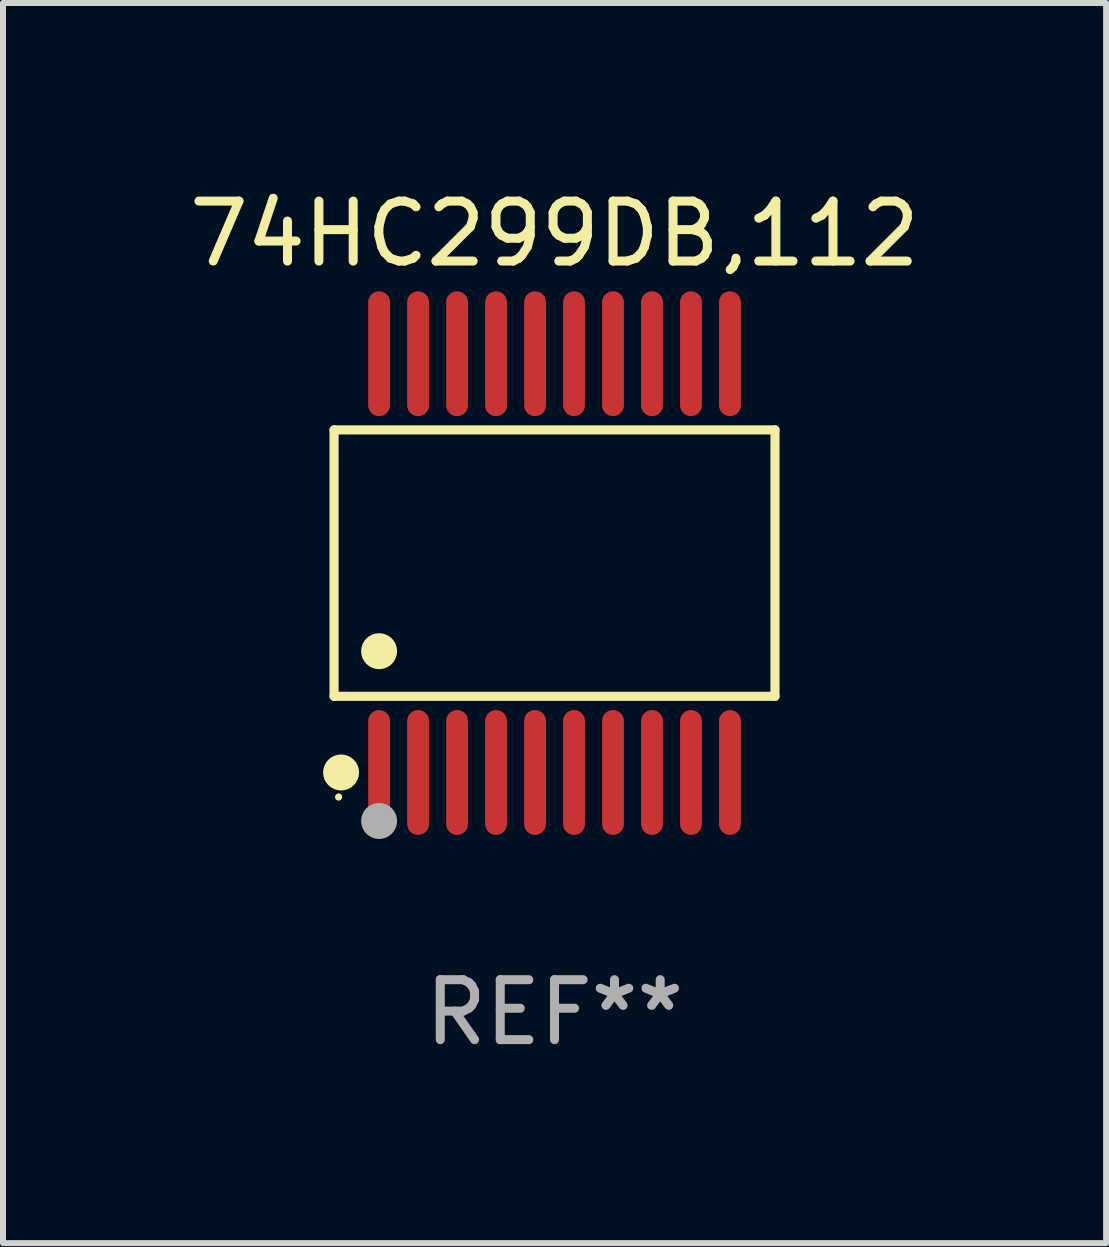
<source format=kicad_pcb>
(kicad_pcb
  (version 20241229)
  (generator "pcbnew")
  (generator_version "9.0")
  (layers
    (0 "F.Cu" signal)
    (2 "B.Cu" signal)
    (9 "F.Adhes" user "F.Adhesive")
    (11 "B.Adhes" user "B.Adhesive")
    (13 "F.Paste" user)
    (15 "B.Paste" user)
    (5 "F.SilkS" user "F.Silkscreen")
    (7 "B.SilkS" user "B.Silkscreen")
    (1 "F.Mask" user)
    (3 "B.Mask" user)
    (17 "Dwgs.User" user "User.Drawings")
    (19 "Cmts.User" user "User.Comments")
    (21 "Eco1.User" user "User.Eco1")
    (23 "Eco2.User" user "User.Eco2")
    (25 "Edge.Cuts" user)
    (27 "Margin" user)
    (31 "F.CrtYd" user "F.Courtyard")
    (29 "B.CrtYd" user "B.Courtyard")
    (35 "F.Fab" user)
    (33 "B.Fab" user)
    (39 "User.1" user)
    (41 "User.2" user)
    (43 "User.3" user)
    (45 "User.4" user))
  (footprint "74HC299DB,112"
    (layer "F.Cu")
    (at 6.196 6.339)
    (property "Reference" "74HC299DB,112" (at 0 -5.491 0) (layer "F.SilkS") (effects (font (size 1 1) (thickness 0.15))))
    (attr through_hole)
    (fp_line (start -3.676 -2.221) (end 3.676 -2.221) (stroke (width 0.152) (type solid)) (layer "F.SilkS"))
    (fp_line (start -3.676 2.221) (end -3.676 -2.221) (stroke (width 0.152) (type solid)) (layer "F.SilkS"))
    (fp_line (start 3.676 -2.221) (end 3.676 2.221) (stroke (width 0.152) (type solid)) (layer "F.SilkS"))
    (fp_line (start 3.676 2.221) (end -3.676 2.221) (stroke (width 0.152) (type solid)) (layer "F.SilkS"))
    (fp_circle (center -3.6 3.9) (end -3.57 3.9) (stroke (width 0.06) (type solid)) (fill no) (layer "F.SilkS"))
    (fp_circle (center -3.559 3.491) (end -3.409 3.491) (stroke (width 0.3) (type solid)) (fill no) (layer "F.SilkS"))
    (fp_circle (center -2.925 1.469) (end -2.775 1.469) (stroke (width 0.3) (type solid)) (fill no) (layer "F.SilkS"))
    (fp_circle (center -2.925 4.3) (end -2.775 4.3) (stroke (width 0.3) (type solid)) (fill no) (layer "F.Fab"))
    (fp_text user "REF**" (at 0 7.491 0) (layer "F.Fab") (effects (font (size 1 1) (thickness 0.15))))
    (pad "1" smd oval (at -2.925 3.491) (size 0.364 2.082) (layers "F.Cu" "F.Mask" "F.Paste"))
    (pad "2" smd oval (at -2.275 3.491) (size 0.364 2.082) (layers "F.Cu" "F.Mask" "F.Paste"))
    (pad "3" smd oval (at -1.625 3.491) (size 0.364 2.082) (layers "F.Cu" "F.Mask" "F.Paste"))
    (pad "4" smd oval (at -0.975 3.491) (size 0.364 2.082) (layers "F.Cu" "F.Mask" "F.Paste"))
    (pad "5" smd oval (at -0.325 3.491) (size 0.364 2.082) (layers "F.Cu" "F.Mask" "F.Paste"))
    (pad "6" smd oval (at 0.325 3.491) (size 0.364 2.082) (layers "F.Cu" "F.Mask" "F.Paste"))
    (pad "7" smd oval (at 0.975 3.491) (size 0.364 2.082) (layers "F.Cu" "F.Mask" "F.Paste"))
    (pad "8" smd oval (at 1.625 3.491) (size 0.364 2.082) (layers "F.Cu" "F.Mask" "F.Paste"))
    (pad "9" smd oval (at 2.275 3.491) (size 0.364 2.082) (layers "F.Cu" "F.Mask" "F.Paste"))
    (pad "10" smd oval (at 2.925 3.491) (size 0.364 2.082) (layers "F.Cu" "F.Mask" "F.Paste"))
    (pad "11" smd oval (at 2.925 -3.491) (size 0.364 2.082) (layers "F.Cu" "F.Mask" "F.Paste"))
    (pad "12" smd oval (at 2.275 -3.491) (size 0.364 2.082) (layers "F.Cu" "F.Mask" "F.Paste"))
    (pad "13" smd oval (at 1.625 -3.491) (size 0.364 2.082) (layers "F.Cu" "F.Mask" "F.Paste"))
    (pad "14" smd oval (at 0.975 -3.491) (size 0.364 2.082) (layers "F.Cu" "F.Mask" "F.Paste"))
    (pad "15" smd oval (at 0.325 -3.491) (size 0.364 2.082) (layers "F.Cu" "F.Mask" "F.Paste"))
    (pad "16" smd oval (at -0.325 -3.491) (size 0.364 2.082) (layers "F.Cu" "F.Mask" "F.Paste"))
    (pad "17" smd oval (at -0.975 -3.491) (size 0.364 2.082) (layers "F.Cu" "F.Mask" "F.Paste"))
    (pad "18" smd oval (at -1.625 -3.491) (size 0.364 2.082) (layers "F.Cu" "F.Mask" "F.Paste"))
    (pad "19" smd oval (at -2.275 -3.491) (size 0.364 2.082) (layers "F.Cu" "F.Mask" "F.Paste"))
    (pad "20" smd oval (at -2.925 -3.491) (size 0.364 2.082) (layers "F.Cu" "F.Mask" "F.Paste")))
  (gr_rect
    (start -3 -3)
    (end 15.393 17.678)
    (stroke (width 0.1) (type default))
    (fill no)
    (layer "Edge.Cuts")))
</source>
